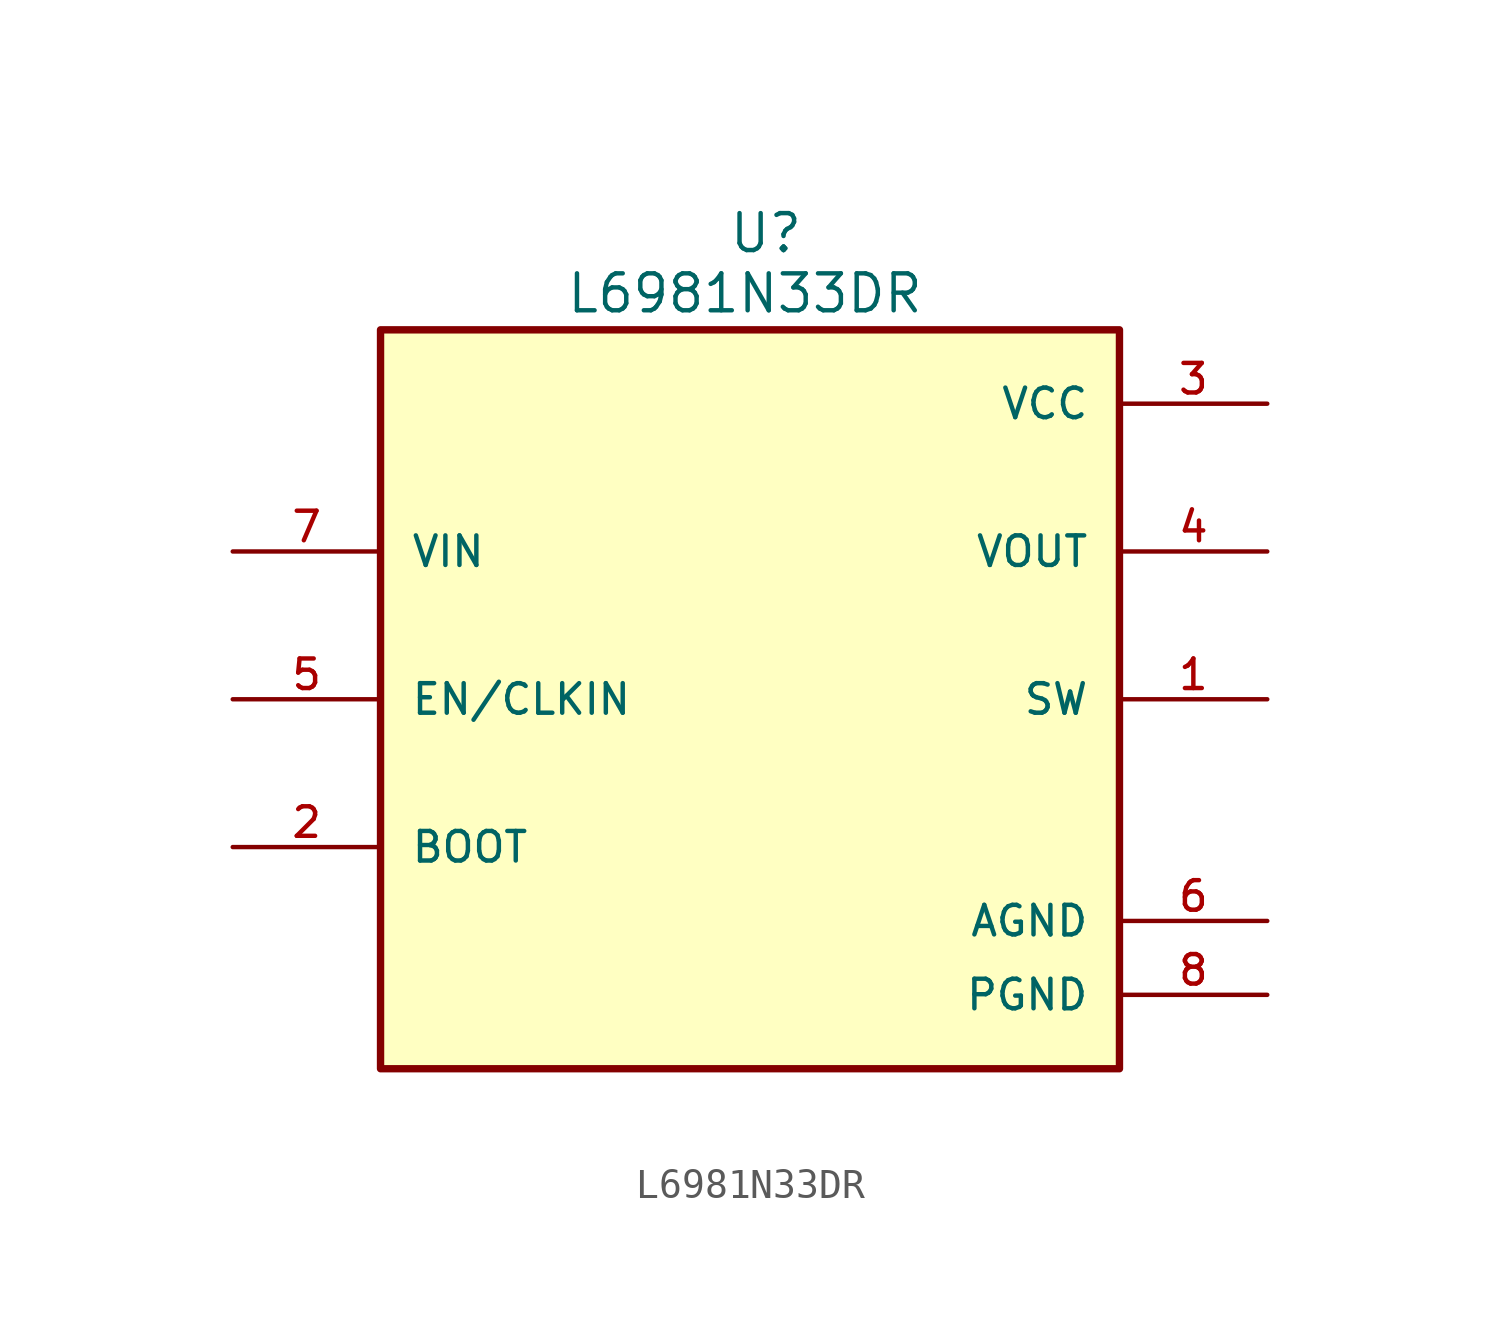
<source format=kicad_sym>
(kicad_symbol_lib
  (version 20241209)
  (generator "kicad_symbol_editor")
  (generator_version "9.0")
  (symbol "L6981N33DR"
    (pin_names
      (offset 1.016))
    (property "Reference" "U"
      (at -0.762 16.764 0)
      (effects (font (size 1.27 1.27)) (justify left top)))
    (property "Value" "L6981N33DR"
      (at -6.35 13.208 0)
      (effects (font (size 1.27 1.27)) (justify left bottom)))
    (symbol "L6981N33DR_0_0"
      (rectangle (start -12.7 -12.7) (end 12.7 12.7) (stroke (width 0.254) (type default)) (fill (type background)))
      (pin power_in line (at -17.78 5.08 0) (length 5.08) (name "VIN" (effects (font (size 1.016 1.016)))) (number "7" (effects (font (size 1.016 1.016)))))
      (pin input line (at -17.78 0 0) (length 5.08) (name "EN/CLKIN" (effects (font (size 1.016 1.016)))) (number "5" (effects (font (size 1.016 1.016)))))
      (pin passive line (at -17.78 -5.08 0) (length 5.08) (name "BOOT" (effects (font (size 1.016 1.016)))) (number "2" (effects (font (size 1.016 1.016)))))
      (pin power_in line (at 17.78 10.16 180) (length 5.08) (name "VCC" (effects (font (size 1.016 1.016)))) (number "3" (effects (font (size 1.016 1.016)))))
      (pin power_in line (at 17.78 5.08 180) (length 5.08) (name "VOUT" (effects (font (size 1.016 1.016)))) (number "4" (effects (font (size 1.016 1.016)))))
      (pin output line (at 17.78 0 180) (length 5.08) (name "SW" (effects (font (size 1.016 1.016)))) (number "1" (effects (font (size 1.016 1.016)))))
      (pin power_in line (at 17.78 -7.62 180) (length 5.08) (name "AGND" (effects (font (size 1.016 1.016)))) (number "6" (effects (font (size 1.016 1.016)))))
      (pin power_in line (at 17.78 -10.16 180) (length 5.08) (name "PGND" (effects (font (size 1.016 1.016)))) (number "8" (effects (font (size 1.016 1.016))))))))
</source>
